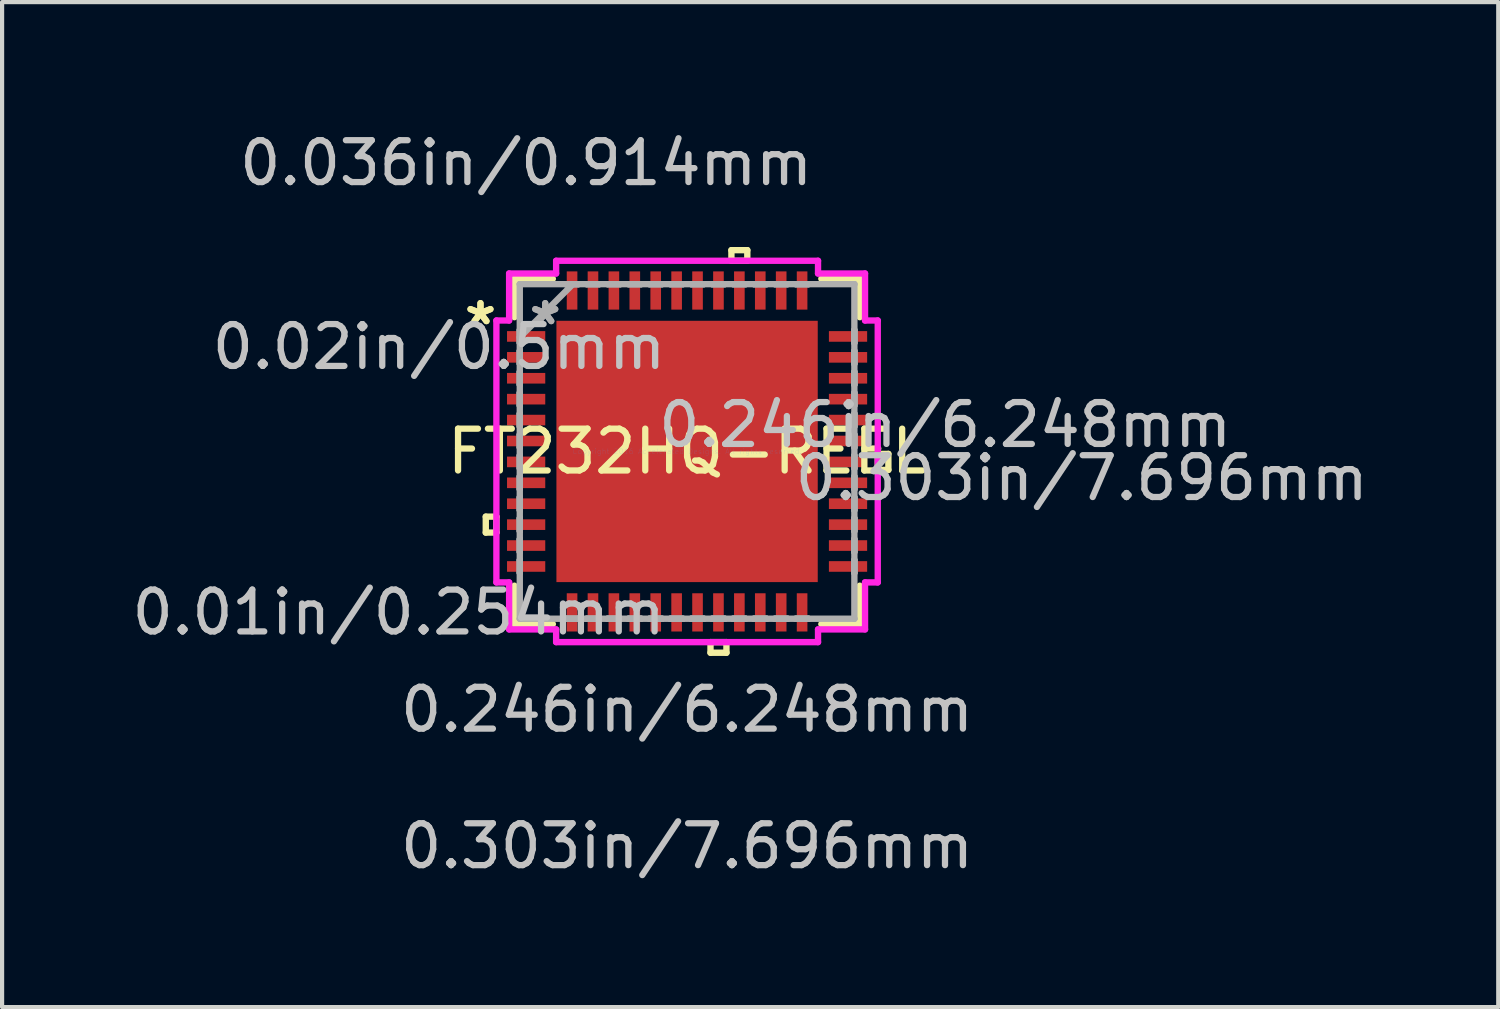
<source format=kicad_pcb>
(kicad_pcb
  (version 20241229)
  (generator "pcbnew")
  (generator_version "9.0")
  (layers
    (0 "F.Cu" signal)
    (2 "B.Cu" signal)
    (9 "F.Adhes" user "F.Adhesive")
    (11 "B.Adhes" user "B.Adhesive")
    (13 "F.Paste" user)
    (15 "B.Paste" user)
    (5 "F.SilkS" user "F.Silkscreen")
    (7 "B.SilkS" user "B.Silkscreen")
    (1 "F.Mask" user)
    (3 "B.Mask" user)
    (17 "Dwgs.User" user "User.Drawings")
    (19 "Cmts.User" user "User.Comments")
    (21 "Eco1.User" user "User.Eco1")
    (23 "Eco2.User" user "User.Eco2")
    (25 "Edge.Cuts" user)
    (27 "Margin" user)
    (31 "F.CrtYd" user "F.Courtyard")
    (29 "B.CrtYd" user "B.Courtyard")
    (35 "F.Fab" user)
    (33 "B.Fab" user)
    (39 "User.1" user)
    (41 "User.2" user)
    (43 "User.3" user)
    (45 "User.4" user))
  (footprint "FT232HQ-REEL"
    (layer "F.Cu")
    (at 13.378 7.744)
    (property "Reference" "FT232HQ-REEL" (at 0 0 0) (layer "F.SilkS") (effects (font (size 1 1) (thickness 0.15))))
    (attr through_hole)
    (fp_line (start -4.813 1.559) (end -4.813 1.94) (stroke (width 0.152) (type solid)) (layer "F.SilkS"))
    (fp_line (start -4.813 1.94) (end -4.559 1.94) (stroke (width 0.152) (type solid)) (layer "F.SilkS"))
    (fp_line (start -4.559 1.559) (end -4.813 1.559) (stroke (width 0.152) (type solid)) (layer "F.SilkS"))
    (fp_line (start -4.559 1.94) (end -4.559 1.559) (stroke (width 0.152) (type solid)) (layer "F.SilkS"))
    (fp_line (start -4.128 -4.128) (end -4.128 -3.21) (stroke (width 0.152) (type solid)) (layer "F.SilkS"))
    (fp_line (start -4.128 3.21) (end -4.128 4.128) (stroke (width 0.152) (type solid)) (layer "F.SilkS"))
    (fp_line (start -4.128 4.128) (end -3.21 4.128) (stroke (width 0.152) (type solid)) (layer "F.SilkS"))
    (fp_line (start -3.21 -4.128) (end -4.128 -4.128) (stroke (width 0.152) (type solid)) (layer "F.SilkS"))
    (fp_line (start 0.56 4.559) (end 0.56 4.813) (stroke (width 0.152) (type solid)) (layer "F.SilkS"))
    (fp_line (start 0.56 4.813) (end 0.941 4.813) (stroke (width 0.152) (type solid)) (layer "F.SilkS"))
    (fp_line (start 0.941 4.559) (end 0.56 4.559) (stroke (width 0.152) (type solid)) (layer "F.SilkS"))
    (fp_line (start 0.941 4.813) (end 0.941 4.559) (stroke (width 0.152) (type solid)) (layer "F.SilkS"))
    (fp_line (start 1.06 -4.813) (end 1.44 -4.813) (stroke (width 0.152) (type solid)) (layer "F.SilkS"))
    (fp_line (start 1.06 -4.559) (end 1.06 -4.813) (stroke (width 0.152) (type solid)) (layer "F.SilkS"))
    (fp_line (start 1.44 -4.813) (end 1.44 -4.559) (stroke (width 0.152) (type solid)) (layer "F.SilkS"))
    (fp_line (start 1.44 -4.559) (end 1.06 -4.559) (stroke (width 0.152) (type solid)) (layer "F.SilkS"))
    (fp_line (start 3.21 4.128) (end 4.128 4.128) (stroke (width 0.152) (type solid)) (layer "F.SilkS"))
    (fp_line (start 4.128 -4.128) (end 3.21 -4.128) (stroke (width 0.152) (type solid)) (layer "F.SilkS"))
    (fp_line (start 4.128 -3.21) (end 4.128 -4.128) (stroke (width 0.152) (type solid)) (layer "F.SilkS"))
    (fp_line (start 4.128 4.128) (end 4.128 3.21) (stroke (width 0.152) (type solid)) (layer "F.SilkS"))
    (fp_line (start 4.559 0.059) (end 4.813 0.059) (stroke (width 0.152) (type solid)) (layer "F.SilkS"))
    (fp_line (start 4.559 0.441) (end 4.559 0.059) (stroke (width 0.152) (type solid)) (layer "F.SilkS"))
    (fp_line (start 4.813 0.059) (end 4.813 0.441) (stroke (width 0.152) (type solid)) (layer "F.SilkS"))
    (fp_line (start 4.813 0.441) (end 4.559 0.441) (stroke (width 0.152) (type solid)) (layer "F.SilkS"))
    (fp_line (start -3.024 -3.024) (end -3.024 -1.662) (stroke (width 0.152) (type solid)) (layer "F.Paste"))
    (fp_line (start -3.024 -1.662) (end -1.662 -1.662) (stroke (width 0.152) (type solid)) (layer "F.Paste"))
    (fp_line (start -3.024 -1.462) (end -3.024 -0.1) (stroke (width 0.152) (type solid)) (layer "F.Paste"))
    (fp_line (start -3.024 -0.1) (end -1.662 -0.1) (stroke (width 0.152) (type solid)) (layer "F.Paste"))
    (fp_line (start -3.024 0.1) (end -3.024 1.462) (stroke (width 0.152) (type solid)) (layer "F.Paste"))
    (fp_line (start -3.024 1.462) (end -1.662 1.462) (stroke (width 0.152) (type solid)) (layer "F.Paste"))
    (fp_line (start -3.024 1.662) (end -3.024 3.024) (stroke (width 0.152) (type solid)) (layer "F.Paste"))
    (fp_line (start -3.024 3.024) (end -1.662 3.024) (stroke (width 0.152) (type solid)) (layer "F.Paste"))
    (fp_line (start -1.662 -3.024) (end -3.024 -3.024) (stroke (width 0.152) (type solid)) (layer "F.Paste"))
    (fp_line (start -1.662 -1.662) (end -1.662 -3.024) (stroke (width 0.152) (type solid)) (layer "F.Paste"))
    (fp_line (start -1.662 -1.462) (end -3.024 -1.462) (stroke (width 0.152) (type solid)) (layer "F.Paste"))
    (fp_line (start -1.662 -0.1) (end -1.662 -1.462) (stroke (width 0.152) (type solid)) (layer "F.Paste"))
    (fp_line (start -1.662 0.1) (end -3.024 0.1) (stroke (width 0.152) (type solid)) (layer "F.Paste"))
    (fp_line (start -1.662 1.462) (end -1.662 0.1) (stroke (width 0.152) (type solid)) (layer "F.Paste"))
    (fp_line (start -1.662 1.662) (end -3.024 1.662) (stroke (width 0.152) (type solid)) (layer "F.Paste"))
    (fp_line (start -1.662 3.024) (end -1.662 1.662) (stroke (width 0.152) (type solid)) (layer "F.Paste"))
    (fp_line (start -1.462 -3.024) (end -1.462 -1.662) (stroke (width 0.152) (type solid)) (layer "F.Paste"))
    (fp_line (start -1.462 -1.662) (end -0.1 -1.662) (stroke (width 0.152) (type solid)) (layer "F.Paste"))
    (fp_line (start -1.462 -1.462) (end -1.462 -0.1) (stroke (width 0.152) (type solid)) (layer "F.Paste"))
    (fp_line (start -1.462 -0.1) (end -0.1 -0.1) (stroke (width 0.152) (type solid)) (layer "F.Paste"))
    (fp_line (start -1.462 0.1) (end -1.462 1.462) (stroke (width 0.152) (type solid)) (layer "F.Paste"))
    (fp_line (start -1.462 1.462) (end -0.1 1.462) (stroke (width 0.152) (type solid)) (layer "F.Paste"))
    (fp_line (start -1.462 1.662) (end -1.462 3.024) (stroke (width 0.152) (type solid)) (layer "F.Paste"))
    (fp_line (start -1.462 3.024) (end -0.1 3.024) (stroke (width 0.152) (type solid)) (layer "F.Paste"))
    (fp_line (start -0.1 -3.024) (end -1.462 -3.024) (stroke (width 0.152) (type solid)) (layer "F.Paste"))
    (fp_line (start -0.1 -1.662) (end -0.1 -3.024) (stroke (width 0.152) (type solid)) (layer "F.Paste"))
    (fp_line (start -0.1 -1.462) (end -1.462 -1.462) (stroke (width 0.152) (type solid)) (layer "F.Paste"))
    (fp_line (start -0.1 -0.1) (end -0.1 -1.462) (stroke (width 0.152) (type solid)) (layer "F.Paste"))
    (fp_line (start -0.1 0.1) (end -1.462 0.1) (stroke (width 0.152) (type solid)) (layer "F.Paste"))
    (fp_line (start -0.1 1.462) (end -0.1 0.1) (stroke (width 0.152) (type solid)) (layer "F.Paste"))
    (fp_line (start -0.1 1.662) (end -1.462 1.662) (stroke (width 0.152) (type solid)) (layer "F.Paste"))
    (fp_line (start -0.1 3.024) (end -0.1 1.662) (stroke (width 0.152) (type solid)) (layer "F.Paste"))
    (fp_line (start 0.1 -3.024) (end 0.1 -1.662) (stroke (width 0.152) (type solid)) (layer "F.Paste"))
    (fp_line (start 0.1 -1.662) (end 1.462 -1.662) (stroke (width 0.152) (type solid)) (layer "F.Paste"))
    (fp_line (start 0.1 -1.462) (end 0.1 -0.1) (stroke (width 0.152) (type solid)) (layer "F.Paste"))
    (fp_line (start 0.1 -0.1) (end 1.462 -0.1) (stroke (width 0.152) (type solid)) (layer "F.Paste"))
    (fp_line (start 0.1 0.1) (end 0.1 1.462) (stroke (width 0.152) (type solid)) (layer "F.Paste"))
    (fp_line (start 0.1 1.462) (end 1.462 1.462) (stroke (width 0.152) (type solid)) (layer "F.Paste"))
    (fp_line (start 0.1 1.662) (end 0.1 3.024) (stroke (width 0.152) (type solid)) (layer "F.Paste"))
    (fp_line (start 0.1 3.024) (end 1.462 3.024) (stroke (width 0.152) (type solid)) (layer "F.Paste"))
    (fp_line (start 1.462 -3.024) (end 0.1 -3.024) (stroke (width 0.152) (type solid)) (layer "F.Paste"))
    (fp_line (start 1.462 -1.662) (end 1.462 -3.024) (stroke (width 0.152) (type solid)) (layer "F.Paste"))
    (fp_line (start 1.462 -1.462) (end 0.1 -1.462) (stroke (width 0.152) (type solid)) (layer "F.Paste"))
    (fp_line (start 1.462 -0.1) (end 1.462 -1.462) (stroke (width 0.152) (type solid)) (layer "F.Paste"))
    (fp_line (start 1.462 0.1) (end 0.1 0.1) (stroke (width 0.152) (type solid)) (layer "F.Paste"))
    (fp_line (start 1.462 1.462) (end 1.462 0.1) (stroke (width 0.152) (type solid)) (layer "F.Paste"))
    (fp_line (start 1.462 1.662) (end 0.1 1.662) (stroke (width 0.152) (type solid)) (layer "F.Paste"))
    (fp_line (start 1.462 3.024) (end 1.462 1.662) (stroke (width 0.152) (type solid)) (layer "F.Paste"))
    (fp_line (start 1.662 -3.024) (end 1.662 -1.662) (stroke (width 0.152) (type solid)) (layer "F.Paste"))
    (fp_line (start 1.662 -1.662) (end 3.024 -1.662) (stroke (width 0.152) (type solid)) (layer "F.Paste"))
    (fp_line (start 1.662 -1.462) (end 1.662 -0.1) (stroke (width 0.152) (type solid)) (layer "F.Paste"))
    (fp_line (start 1.662 -0.1) (end 3.024 -0.1) (stroke (width 0.152) (type solid)) (layer "F.Paste"))
    (fp_line (start 1.662 0.1) (end 1.662 1.462) (stroke (width 0.152) (type solid)) (layer "F.Paste"))
    (fp_line (start 1.662 1.462) (end 3.024 1.462) (stroke (width 0.152) (type solid)) (layer "F.Paste"))
    (fp_line (start 1.662 1.662) (end 1.662 3.024) (stroke (width 0.152) (type solid)) (layer "F.Paste"))
    (fp_line (start 1.662 3.024) (end 3.024 3.024) (stroke (width 0.152) (type solid)) (layer "F.Paste"))
    (fp_line (start 3.024 -3.024) (end 1.662 -3.024) (stroke (width 0.152) (type solid)) (layer "F.Paste"))
    (fp_line (start 3.024 -1.662) (end 3.024 -3.024) (stroke (width 0.152) (type solid)) (layer "F.Paste"))
    (fp_line (start 3.024 -1.462) (end 1.662 -1.462) (stroke (width 0.152) (type solid)) (layer "F.Paste"))
    (fp_line (start 3.024 -0.1) (end 3.024 -1.462) (stroke (width 0.152) (type solid)) (layer "F.Paste"))
    (fp_line (start 3.024 0.1) (end 1.662 0.1) (stroke (width 0.152) (type solid)) (layer "F.Paste"))
    (fp_line (start 3.024 1.462) (end 3.024 0.1) (stroke (width 0.152) (type solid)) (layer "F.Paste"))
    (fp_line (start 3.024 1.662) (end 1.662 1.662) (stroke (width 0.152) (type solid)) (layer "F.Paste"))
    (fp_line (start 3.024 3.024) (end 3.024 1.662) (stroke (width 0.152) (type solid)) (layer "F.Paste"))
    (fp_line (start -4.559 -3.131) (end -4.255 -3.131) (stroke (width 0.152) (type solid)) (layer "F.CrtYd"))
    (fp_line (start -4.559 3.131) (end -4.559 -3.131) (stroke (width 0.152) (type solid)) (layer "F.CrtYd"))
    (fp_line (start -4.255 -4.255) (end -3.131 -4.255) (stroke (width 0.152) (type solid)) (layer "F.CrtYd"))
    (fp_line (start -4.255 -3.131) (end -4.255 -4.255) (stroke (width 0.152) (type solid)) (layer "F.CrtYd"))
    (fp_line (start -4.255 3.131) (end -4.559 3.131) (stroke (width 0.152) (type solid)) (layer "F.CrtYd"))
    (fp_line (start -4.255 4.255) (end -4.255 3.131) (stroke (width 0.152) (type solid)) (layer "F.CrtYd"))
    (fp_line (start -3.131 -4.559) (end 3.131 -4.559) (stroke (width 0.152) (type solid)) (layer "F.CrtYd"))
    (fp_line (start -3.131 -4.255) (end -3.131 -4.559) (stroke (width 0.152) (type solid)) (layer "F.CrtYd"))
    (fp_line (start -3.131 4.255) (end -4.255 4.255) (stroke (width 0.152) (type solid)) (layer "F.CrtYd"))
    (fp_line (start -3.131 4.559) (end -3.131 4.255) (stroke (width 0.152) (type solid)) (layer "F.CrtYd"))
    (fp_line (start 3.131 -4.559) (end 3.131 -4.255) (stroke (width 0.152) (type solid)) (layer "F.CrtYd"))
    (fp_line (start 3.131 -4.255) (end 4.255 -4.255) (stroke (width 0.152) (type solid)) (layer "F.CrtYd"))
    (fp_line (start 3.131 4.255) (end 3.131 4.559) (stroke (width 0.152) (type solid)) (layer "F.CrtYd"))
    (fp_line (start 3.131 4.559) (end -3.131 4.559) (stroke (width 0.152) (type solid)) (layer "F.CrtYd"))
    (fp_line (start 4.255 -4.255) (end 4.255 -3.131) (stroke (width 0.152) (type solid)) (layer "F.CrtYd"))
    (fp_line (start 4.255 -3.131) (end 4.559 -3.131) (stroke (width 0.152) (type solid)) (layer "F.CrtYd"))
    (fp_line (start 4.255 3.131) (end 4.255 4.255) (stroke (width 0.152) (type solid)) (layer "F.CrtYd"))
    (fp_line (start 4.255 4.255) (end 3.131 4.255) (stroke (width 0.152) (type solid)) (layer "F.CrtYd"))
    (fp_line (start 4.559 -3.131) (end 4.559 3.131) (stroke (width 0.152) (type solid)) (layer "F.CrtYd"))
    (fp_line (start 4.559 3.131) (end 4.255 3.131) (stroke (width 0.152) (type solid)) (layer "F.CrtYd"))
    (fp_line (start -4 -4) (end -4 -4) (stroke (width 0.152) (type solid)) (layer "F.Fab"))
    (fp_line (start -4 -4) (end -4 4) (stroke (width 0.152) (type solid)) (layer "F.Fab"))
    (fp_line (start -4 -2.902) (end -4 -2.902) (stroke (width 0.152) (type solid)) (layer "F.Fab"))
    (fp_line (start -4 -2.902) (end -4 -2.598) (stroke (width 0.152) (type solid)) (layer "F.Fab"))
    (fp_line (start -4 -2.731) (end -2.731 -4) (stroke (width 0.152) (type solid)) (layer "F.Fab"))
    (fp_line (start -4 -2.598) (end -4 -2.902) (stroke (width 0.152) (type solid)) (layer "F.Fab"))
    (fp_line (start -4 -2.598) (end -4 -2.598) (stroke (width 0.152) (type solid)) (layer "F.Fab"))
    (fp_line (start -4 -2.402) (end -4 -2.402) (stroke (width 0.152) (type solid)) (layer "F.Fab"))
    (fp_line (start -4 -2.402) (end -4 -2.098) (stroke (width 0.152) (type solid)) (layer "F.Fab"))
    (fp_line (start -4 -2.098) (end -4 -2.402) (stroke (width 0.152) (type solid)) (layer "F.Fab"))
    (fp_line (start -4 -2.098) (end -4 -2.098) (stroke (width 0.152) (type solid)) (layer "F.Fab"))
    (fp_line (start -4 -1.902) (end -4 -1.902) (stroke (width 0.152) (type solid)) (layer "F.Fab"))
    (fp_line (start -4 -1.902) (end -4 -1.598) (stroke (width 0.152) (type solid)) (layer "F.Fab"))
    (fp_line (start -4 -1.598) (end -4 -1.902) (stroke (width 0.152) (type solid)) (layer "F.Fab"))
    (fp_line (start -4 -1.598) (end -4 -1.598) (stroke (width 0.152) (type solid)) (layer "F.Fab"))
    (fp_line (start -4 -1.402) (end -4 -1.402) (stroke (width 0.152) (type solid)) (layer "F.Fab"))
    (fp_line (start -4 -1.402) (end -4 -1.098) (stroke (width 0.152) (type solid)) (layer "F.Fab"))
    (fp_line (start -4 -1.098) (end -4 -1.402) (stroke (width 0.152) (type solid)) (layer "F.Fab"))
    (fp_line (start -4 -1.098) (end -4 -1.098) (stroke (width 0.152) (type solid)) (layer "F.Fab"))
    (fp_line (start -4 -0.902) (end -4 -0.902) (stroke (width 0.152) (type solid)) (layer "F.Fab"))
    (fp_line (start -4 -0.902) (end -4 -0.598) (stroke (width 0.152) (type solid)) (layer "F.Fab"))
    (fp_line (start -4 -0.598) (end -4 -0.902) (stroke (width 0.152) (type solid)) (layer "F.Fab"))
    (fp_line (start -4 -0.598) (end -4 -0.598) (stroke (width 0.152) (type solid)) (layer "F.Fab"))
    (fp_line (start -4 -0.402) (end -4 -0.402) (stroke (width 0.152) (type solid)) (layer "F.Fab"))
    (fp_line (start -4 -0.402) (end -4 -0.098) (stroke (width 0.152) (type solid)) (layer "F.Fab"))
    (fp_line (start -4 -0.098) (end -4 -0.402) (stroke (width 0.152) (type solid)) (layer "F.Fab"))
    (fp_line (start -4 -0.098) (end -4 -0.098) (stroke (width 0.152) (type solid)) (layer "F.Fab"))
    (fp_line (start -4 0.098) (end -4 0.098) (stroke (width 0.152) (type solid)) (layer "F.Fab"))
    (fp_line (start -4 0.098) (end -4 0.402) (stroke (width 0.152) (type solid)) (layer "F.Fab"))
    (fp_line (start -4 0.402) (end -4 0.098) (stroke (width 0.152) (type solid)) (layer "F.Fab"))
    (fp_line (start -4 0.402) (end -4 0.402) (stroke (width 0.152) (type solid)) (layer "F.Fab"))
    (fp_line (start -4 0.598) (end -4 0.598) (stroke (width 0.152) (type solid)) (layer "F.Fab"))
    (fp_line (start -4 0.598) (end -4 0.902) (stroke (width 0.152) (type solid)) (layer "F.Fab"))
    (fp_line (start -4 0.902) (end -4 0.598) (stroke (width 0.152) (type solid)) (layer "F.Fab"))
    (fp_line (start -4 0.902) (end -4 0.902) (stroke (width 0.152) (type solid)) (layer "F.Fab"))
    (fp_line (start -4 1.098) (end -4 1.098) (stroke (width 0.152) (type solid)) (layer "F.Fab"))
    (fp_line (start -4 1.098) (end -4 1.402) (stroke (width 0.152) (type solid)) (layer "F.Fab"))
    (fp_line (start -4 1.402) (end -4 1.098) (stroke (width 0.152) (type solid)) (layer "F.Fab"))
    (fp_line (start -4 1.402) (end -4 1.402) (stroke (width 0.152) (type solid)) (layer "F.Fab"))
    (fp_line (start -4 1.598) (end -4 1.598) (stroke (width 0.152) (type solid)) (layer "F.Fab"))
    (fp_line (start -4 1.598) (end -4 1.902) (stroke (width 0.152) (type solid)) (layer "F.Fab"))
    (fp_line (start -4 1.902) (end -4 1.598) (stroke (width 0.152) (type solid)) (layer "F.Fab"))
    (fp_line (start -4 1.902) (end -4 1.902) (stroke (width 0.152) (type solid)) (layer "F.Fab"))
    (fp_line (start -4 2.098) (end -4 2.098) (stroke (width 0.152) (type solid)) (layer "F.Fab"))
    (fp_line (start -4 2.098) (end -4 2.402) (stroke (width 0.152) (type solid)) (layer "F.Fab"))
    (fp_line (start -4 2.402) (end -4 2.098) (stroke (width 0.152) (type solid)) (layer "F.Fab"))
    (fp_line (start -4 2.402) (end -4 2.402) (stroke (width 0.152) (type solid)) (layer "F.Fab"))
    (fp_line (start -4 2.598) (end -4 2.598) (stroke (width 0.152) (type solid)) (layer "F.Fab"))
    (fp_line (start -4 2.598) (end -4 2.902) (stroke (width 0.152) (type solid)) (layer "F.Fab"))
    (fp_line (start -4 2.902) (end -4 2.598) (stroke (width 0.152) (type solid)) (layer "F.Fab"))
    (fp_line (start -4 2.902) (end -4 2.902) (stroke (width 0.152) (type solid)) (layer "F.Fab"))
    (fp_line (start -4 4) (end -4 4) (stroke (width 0.152) (type solid)) (layer "F.Fab"))
    (fp_line (start -4 4) (end 4 4) (stroke (width 0.152) (type solid)) (layer "F.Fab"))
    (fp_line (start -2.902 -4) (end -2.902 -4) (stroke (width 0.152) (type solid)) (layer "F.Fab"))
    (fp_line (start -2.902 -4) (end -2.598 -4) (stroke (width 0.152) (type solid)) (layer "F.Fab"))
    (fp_line (start -2.902 4) (end -2.902 4) (stroke (width 0.152) (type solid)) (layer "F.Fab"))
    (fp_line (start -2.902 4) (end -2.598 4) (stroke (width 0.152) (type solid)) (layer "F.Fab"))
    (fp_line (start -2.598 -4) (end -2.902 -4) (stroke (width 0.152) (type solid)) (layer "F.Fab"))
    (fp_line (start -2.598 -4) (end -2.598 -4) (stroke (width 0.152) (type solid)) (layer "F.Fab"))
    (fp_line (start -2.598 4) (end -2.902 4) (stroke (width 0.152) (type solid)) (layer "F.Fab"))
    (fp_line (start -2.598 4) (end -2.598 4) (stroke (width 0.152) (type solid)) (layer "F.Fab"))
    (fp_line (start -2.402 -4) (end -2.402 -4) (stroke (width 0.152) (type solid)) (layer "F.Fab"))
    (fp_line (start -2.402 -4) (end -2.098 -4) (stroke (width 0.152) (type solid)) (layer "F.Fab"))
    (fp_line (start -2.402 4) (end -2.402 4) (stroke (width 0.152) (type solid)) (layer "F.Fab"))
    (fp_line (start -2.402 4) (end -2.098 4) (stroke (width 0.152) (type solid)) (layer "F.Fab"))
    (fp_line (start -2.098 -4) (end -2.402 -4) (stroke (width 0.152) (type solid)) (layer "F.Fab"))
    (fp_line (start -2.098 -4) (end -2.098 -4) (stroke (width 0.152) (type solid)) (layer "F.Fab"))
    (fp_line (start -2.098 4) (end -2.402 4) (stroke (width 0.152) (type solid)) (layer "F.Fab"))
    (fp_line (start -2.098 4) (end -2.098 4) (stroke (width 0.152) (type solid)) (layer "F.Fab"))
    (fp_line (start -1.902 -4) (end -1.902 -4) (stroke (width 0.152) (type solid)) (layer "F.Fab"))
    (fp_line (start -1.902 -4) (end -1.598 -4) (stroke (width 0.152) (type solid)) (layer "F.Fab"))
    (fp_line (start -1.902 4) (end -1.902 4) (stroke (width 0.152) (type solid)) (layer "F.Fab"))
    (fp_line (start -1.902 4) (end -1.598 4) (stroke (width 0.152) (type solid)) (layer "F.Fab"))
    (fp_line (start -1.598 -4) (end -1.902 -4) (stroke (width 0.152) (type solid)) (layer "F.Fab"))
    (fp_line (start -1.598 -4) (end -1.598 -4) (stroke (width 0.152) (type solid)) (layer "F.Fab"))
    (fp_line (start -1.598 4) (end -1.902 4) (stroke (width 0.152) (type solid)) (layer "F.Fab"))
    (fp_line (start -1.598 4) (end -1.598 4) (stroke (width 0.152) (type solid)) (layer "F.Fab"))
    (fp_line (start -1.402 -4) (end -1.402 -4) (stroke (width 0.152) (type solid)) (layer "F.Fab"))
    (fp_line (start -1.402 -4) (end -1.098 -4) (stroke (width 0.152) (type solid)) (layer "F.Fab"))
    (fp_line (start -1.402 4) (end -1.402 4) (stroke (width 0.152) (type solid)) (layer "F.Fab"))
    (fp_line (start -1.402 4) (end -1.098 4) (stroke (width 0.152) (type solid)) (layer "F.Fab"))
    (fp_line (start -1.098 -4) (end -1.402 -4) (stroke (width 0.152) (type solid)) (layer "F.Fab"))
    (fp_line (start -1.098 -4) (end -1.098 -4) (stroke (width 0.152) (type solid)) (layer "F.Fab"))
    (fp_line (start -1.098 4) (end -1.402 4) (stroke (width 0.152) (type solid)) (layer "F.Fab"))
    (fp_line (start -1.098 4) (end -1.098 4) (stroke (width 0.152) (type solid)) (layer "F.Fab"))
    (fp_line (start -0.902 -4) (end -0.902 -4) (stroke (width 0.152) (type solid)) (layer "F.Fab"))
    (fp_line (start -0.902 -4) (end -0.598 -4) (stroke (width 0.152) (type solid)) (layer "F.Fab"))
    (fp_line (start -0.902 4) (end -0.902 4) (stroke (width 0.152) (type solid)) (layer "F.Fab"))
    (fp_line (start -0.902 4) (end -0.598 4) (stroke (width 0.152) (type solid)) (layer "F.Fab"))
    (fp_line (start -0.598 -4) (end -0.902 -4) (stroke (width 0.152) (type solid)) (layer "F.Fab"))
    (fp_line (start -0.598 -4) (end -0.598 -4) (stroke (width 0.152) (type solid)) (layer "F.Fab"))
    (fp_line (start -0.598 4) (end -0.902 4) (stroke (width 0.152) (type solid)) (layer "F.Fab"))
    (fp_line (start -0.598 4) (end -0.598 4) (stroke (width 0.152) (type solid)) (layer "F.Fab"))
    (fp_line (start -0.402 -4) (end -0.402 -4) (stroke (width 0.152) (type solid)) (layer "F.Fab"))
    (fp_line (start -0.402 -4) (end -0.098 -4) (stroke (width 0.152) (type solid)) (layer "F.Fab"))
    (fp_line (start -0.402 4) (end -0.402 4) (stroke (width 0.152) (type solid)) (layer "F.Fab"))
    (fp_line (start -0.402 4) (end -0.098 4) (stroke (width 0.152) (type solid)) (layer "F.Fab"))
    (fp_line (start -0.098 -4) (end -0.402 -4) (stroke (width 0.152) (type solid)) (layer "F.Fab"))
    (fp_line (start -0.098 -4) (end -0.098 -4) (stroke (width 0.152) (type solid)) (layer "F.Fab"))
    (fp_line (start -0.098 4) (end -0.402 4) (stroke (width 0.152) (type solid)) (layer "F.Fab"))
    (fp_line (start -0.098 4) (end -0.098 4) (stroke (width 0.152) (type solid)) (layer "F.Fab"))
    (fp_line (start 0.098 -4) (end 0.098 -4) (stroke (width 0.152) (type solid)) (layer "F.Fab"))
    (fp_line (start 0.098 -4) (end 0.402 -4) (stroke (width 0.152) (type solid)) (layer "F.Fab"))
    (fp_line (start 0.098 4) (end 0.098 4) (stroke (width 0.152) (type solid)) (layer "F.Fab"))
    (fp_line (start 0.098 4) (end 0.402 4) (stroke (width 0.152) (type solid)) (layer "F.Fab"))
    (fp_line (start 0.402 -4) (end 0.098 -4) (stroke (width 0.152) (type solid)) (layer "F.Fab"))
    (fp_line (start 0.402 -4) (end 0.402 -4) (stroke (width 0.152) (type solid)) (layer "F.Fab"))
    (fp_line (start 0.402 4) (end 0.098 4) (stroke (width 0.152) (type solid)) (layer "F.Fab"))
    (fp_line (start 0.402 4) (end 0.402 4) (stroke (width 0.152) (type solid)) (layer "F.Fab"))
    (fp_line (start 0.598 -4) (end 0.598 -4) (stroke (width 0.152) (type solid)) (layer "F.Fab"))
    (fp_line (start 0.598 -4) (end 0.902 -4) (stroke (width 0.152) (type solid)) (layer "F.Fab"))
    (fp_line (start 0.598 4) (end 0.598 4) (stroke (width 0.152) (type solid)) (layer "F.Fab"))
    (fp_line (start 0.598 4) (end 0.902 4) (stroke (width 0.152) (type solid)) (layer "F.Fab"))
    (fp_line (start 0.902 -4) (end 0.598 -4) (stroke (width 0.152) (type solid)) (layer "F.Fab"))
    (fp_line (start 0.902 -4) (end 0.902 -4) (stroke (width 0.152) (type solid)) (layer "F.Fab"))
    (fp_line (start 0.902 4) (end 0.598 4) (stroke (width 0.152) (type solid)) (layer "F.Fab"))
    (fp_line (start 0.902 4) (end 0.902 4) (stroke (width 0.152) (type solid)) (layer "F.Fab"))
    (fp_line (start 1.098 -4) (end 1.098 -4) (stroke (width 0.152) (type solid)) (layer "F.Fab"))
    (fp_line (start 1.098 -4) (end 1.402 -4) (stroke (width 0.152) (type solid)) (layer "F.Fab"))
    (fp_line (start 1.098 4) (end 1.098 4) (stroke (width 0.152) (type solid)) (layer "F.Fab"))
    (fp_line (start 1.098 4) (end 1.402 4) (stroke (width 0.152) (type solid)) (layer "F.Fab"))
    (fp_line (start 1.402 -4) (end 1.098 -4) (stroke (width 0.152) (type solid)) (layer "F.Fab"))
    (fp_line (start 1.402 -4) (end 1.402 -4) (stroke (width 0.152) (type solid)) (layer "F.Fab"))
    (fp_line (start 1.402 4) (end 1.098 4) (stroke (width 0.152) (type solid)) (layer "F.Fab"))
    (fp_line (start 1.402 4) (end 1.402 4) (stroke (width 0.152) (type solid)) (layer "F.Fab"))
    (fp_line (start 1.598 -4) (end 1.598 -4) (stroke (width 0.152) (type solid)) (layer "F.Fab"))
    (fp_line (start 1.598 -4) (end 1.902 -4) (stroke (width 0.152) (type solid)) (layer "F.Fab"))
    (fp_line (start 1.598 4) (end 1.598 4) (stroke (width 0.152) (type solid)) (layer "F.Fab"))
    (fp_line (start 1.598 4) (end 1.902 4) (stroke (width 0.152) (type solid)) (layer "F.Fab"))
    (fp_line (start 1.902 -4) (end 1.598 -4) (stroke (width 0.152) (type solid)) (layer "F.Fab"))
    (fp_line (start 1.902 -4) (end 1.902 -4) (stroke (width 0.152) (type solid)) (layer "F.Fab"))
    (fp_line (start 1.902 4) (end 1.598 4) (stroke (width 0.152) (type solid)) (layer "F.Fab"))
    (fp_line (start 1.902 4) (end 1.902 4) (stroke (width 0.152) (type solid)) (layer "F.Fab"))
    (fp_line (start 2.098 -4) (end 2.098 -4) (stroke (width 0.152) (type solid)) (layer "F.Fab"))
    (fp_line (start 2.098 -4) (end 2.402 -4) (stroke (width 0.152) (type solid)) (layer "F.Fab"))
    (fp_line (start 2.098 4) (end 2.098 4) (stroke (width 0.152) (type solid)) (layer "F.Fab"))
    (fp_line (start 2.098 4) (end 2.402 4) (stroke (width 0.152) (type solid)) (layer "F.Fab"))
    (fp_line (start 2.402 -4) (end 2.098 -4) (stroke (width 0.152) (type solid)) (layer "F.Fab"))
    (fp_line (start 2.402 -4) (end 2.402 -4) (stroke (width 0.152) (type solid)) (layer "F.Fab"))
    (fp_line (start 2.402 4) (end 2.098 4) (stroke (width 0.152) (type solid)) (layer "F.Fab"))
    (fp_line (start 2.402 4) (end 2.402 4) (stroke (width 0.152) (type solid)) (layer "F.Fab"))
    (fp_line (start 2.598 -4) (end 2.598 -4) (stroke (width 0.152) (type solid)) (layer "F.Fab"))
    (fp_line (start 2.598 -4) (end 2.902 -4) (stroke (width 0.152) (type solid)) (layer "F.Fab"))
    (fp_line (start 2.598 4) (end 2.598 4) (stroke (width 0.152) (type solid)) (layer "F.Fab"))
    (fp_line (start 2.598 4) (end 2.902 4) (stroke (width 0.152) (type solid)) (layer "F.Fab"))
    (fp_line (start 2.902 -4) (end 2.598 -4) (stroke (width 0.152) (type solid)) (layer "F.Fab"))
    (fp_line (start 2.902 -4) (end 2.902 -4) (stroke (width 0.152) (type solid)) (layer "F.Fab"))
    (fp_line (start 2.902 4) (end 2.598 4) (stroke (width 0.152) (type solid)) (layer "F.Fab"))
    (fp_line (start 2.902 4) (end 2.902 4) (stroke (width 0.152) (type solid)) (layer "F.Fab"))
    (fp_line (start 4 -4) (end -4 -4) (stroke (width 0.152) (type solid)) (layer "F.Fab"))
    (fp_line (start 4 -4) (end 4 -4) (stroke (width 0.152) (type solid)) (layer "F.Fab"))
    (fp_line (start 4 -2.902) (end 4 -2.902) (stroke (width 0.152) (type solid)) (layer "F.Fab"))
    (fp_line (start 4 -2.902) (end 4 -2.598) (stroke (width 0.152) (type solid)) (layer "F.Fab"))
    (fp_line (start 4 -2.598) (end 4 -2.902) (stroke (width 0.152) (type solid)) (layer "F.Fab"))
    (fp_line (start 4 -2.598) (end 4 -2.598) (stroke (width 0.152) (type solid)) (layer "F.Fab"))
    (fp_line (start 4 -2.402) (end 4 -2.402) (stroke (width 0.152) (type solid)) (layer "F.Fab"))
    (fp_line (start 4 -2.402) (end 4 -2.098) (stroke (width 0.152) (type solid)) (layer "F.Fab"))
    (fp_line (start 4 -2.098) (end 4 -2.402) (stroke (width 0.152) (type solid)) (layer "F.Fab"))
    (fp_line (start 4 -2.098) (end 4 -2.098) (stroke (width 0.152) (type solid)) (layer "F.Fab"))
    (fp_line (start 4 -1.902) (end 4 -1.902) (stroke (width 0.152) (type solid)) (layer "F.Fab"))
    (fp_line (start 4 -1.902) (end 4 -1.598) (stroke (width 0.152) (type solid)) (layer "F.Fab"))
    (fp_line (start 4 -1.598) (end 4 -1.902) (stroke (width 0.152) (type solid)) (layer "F.Fab"))
    (fp_line (start 4 -1.598) (end 4 -1.598) (stroke (width 0.152) (type solid)) (layer "F.Fab"))
    (fp_line (start 4 -1.402) (end 4 -1.402) (stroke (width 0.152) (type solid)) (layer "F.Fab"))
    (fp_line (start 4 -1.402) (end 4 -1.098) (stroke (width 0.152) (type solid)) (layer "F.Fab"))
    (fp_line (start 4 -1.098) (end 4 -1.402) (stroke (width 0.152) (type solid)) (layer "F.Fab"))
    (fp_line (start 4 -1.098) (end 4 -1.098) (stroke (width 0.152) (type solid)) (layer "F.Fab"))
    (fp_line (start 4 -0.902) (end 4 -0.902) (stroke (width 0.152) (type solid)) (layer "F.Fab"))
    (fp_line (start 4 -0.902) (end 4 -0.598) (stroke (width 0.152) (type solid)) (layer "F.Fab"))
    (fp_line (start 4 -0.598) (end 4 -0.902) (stroke (width 0.152) (type solid)) (layer "F.Fab"))
    (fp_line (start 4 -0.598) (end 4 -0.598) (stroke (width 0.152) (type solid)) (layer "F.Fab"))
    (fp_line (start 4 -0.402) (end 4 -0.402) (stroke (width 0.152) (type solid)) (layer "F.Fab"))
    (fp_line (start 4 -0.402) (end 4 -0.098) (stroke (width 0.152) (type solid)) (layer "F.Fab"))
    (fp_line (start 4 -0.098) (end 4 -0.402) (stroke (width 0.152) (type solid)) (layer "F.Fab"))
    (fp_line (start 4 -0.098) (end 4 -0.098) (stroke (width 0.152) (type solid)) (layer "F.Fab"))
    (fp_line (start 4 0.098) (end 4 0.098) (stroke (width 0.152) (type solid)) (layer "F.Fab"))
    (fp_line (start 4 0.098) (end 4 0.402) (stroke (width 0.152) (type solid)) (layer "F.Fab"))
    (fp_line (start 4 0.402) (end 4 0.098) (stroke (width 0.152) (type solid)) (layer "F.Fab"))
    (fp_line (start 4 0.402) (end 4 0.402) (stroke (width 0.152) (type solid)) (layer "F.Fab"))
    (fp_line (start 4 0.598) (end 4 0.598) (stroke (width 0.152) (type solid)) (layer "F.Fab"))
    (fp_line (start 4 0.598) (end 4 0.902) (stroke (width 0.152) (type solid)) (layer "F.Fab"))
    (fp_line (start 4 0.902) (end 4 0.598) (stroke (width 0.152) (type solid)) (layer "F.Fab"))
    (fp_line (start 4 0.902) (end 4 0.902) (stroke (width 0.152) (type solid)) (layer "F.Fab"))
    (fp_line (start 4 1.098) (end 4 1.098) (stroke (width 0.152) (type solid)) (layer "F.Fab"))
    (fp_line (start 4 1.098) (end 4 1.402) (stroke (width 0.152) (type solid)) (layer "F.Fab"))
    (fp_line (start 4 1.402) (end 4 1.098) (stroke (width 0.152) (type solid)) (layer "F.Fab"))
    (fp_line (start 4 1.402) (end 4 1.402) (stroke (width 0.152) (type solid)) (layer "F.Fab"))
    (fp_line (start 4 1.598) (end 4 1.598) (stroke (width 0.152) (type solid)) (layer "F.Fab"))
    (fp_line (start 4 1.598) (end 4 1.902) (stroke (width 0.152) (type solid)) (layer "F.Fab"))
    (fp_line (start 4 1.902) (end 4 1.598) (stroke (width 0.152) (type solid)) (layer "F.Fab"))
    (fp_line (start 4 1.902) (end 4 1.902) (stroke (width 0.152) (type solid)) (layer "F.Fab"))
    (fp_line (start 4 2.098) (end 4 2.098) (stroke (width 0.152) (type solid)) (layer "F.Fab"))
    (fp_line (start 4 2.098) (end 4 2.402) (stroke (width 0.152) (type solid)) (layer "F.Fab"))
    (fp_line (start 4 2.402) (end 4 2.098) (stroke (width 0.152) (type solid)) (layer "F.Fab"))
    (fp_line (start 4 2.402) (end 4 2.402) (stroke (width 0.152) (type solid)) (layer "F.Fab"))
    (fp_line (start 4 2.598) (end 4 2.598) (stroke (width 0.152) (type solid)) (layer "F.Fab"))
    (fp_line (start 4 2.598) (end 4 2.902) (stroke (width 0.152) (type solid)) (layer "F.Fab"))
    (fp_line (start 4 2.902) (end 4 2.598) (stroke (width 0.152) (type solid)) (layer "F.Fab"))
    (fp_line (start 4 2.902) (end 4 2.902) (stroke (width 0.152) (type solid)) (layer "F.Fab"))
    (fp_line (start 4 4) (end 4 -4) (stroke (width 0.152) (type solid)) (layer "F.Fab"))
    (fp_line (start 4 4) (end 4 4) (stroke (width 0.152) (type solid)) (layer "F.Fab"))
    (fp_text user "*" (at -4.94 -3 0) (layer "F.SilkS") (effects (font (size 1 1) (thickness 0.15))))
    (fp_text user "*" (at -4.94 -3 0) (layer "F.SilkS") (effects (font (size 1 1) (thickness 0.15))))
    (fp_text user "0.303in/7.696mm" (at 0 9.436 0) (layer "Dwgs.User") (effects (font (size 1 1) (thickness 0.15))))
    (fp_text user "0.303in/7.696mm" (at 9.436 0.635 0) (layer "Dwgs.User") (effects (font (size 1 1) (thickness 0.15))))
    (fp_text user "0.246in/6.248mm" (at 6.172 -0.635 0) (layer "Dwgs.User") (effects (font (size 1 1) (thickness 0.15))))
    (fp_text user "0.01in/0.254mm" (at -6.896 3.848 0) (layer "Dwgs.User") (effects (font (size 1 1) (thickness 0.15))))
    (fp_text user "0.036in/0.914mm" (at -3.848 -6.896 0) (layer "Dwgs.User") (effects (font (size 1 1) (thickness 0.15))))
    (fp_text user "0.02in/0.5mm" (at -5.931 -2.5 0) (layer "Dwgs.User") (effects (font (size 1 1) (thickness 0.15))))
    (fp_text user "0.246in/6.248mm" (at 0 6.172 0) (layer "Dwgs.User") (effects (font (size 1 1) (thickness 0.15))))
    (fp_text user "Copyright 2016 Accelerated Designs. All rights reserved." (at 0 0 0) (layer "Cmts.User") (effects (font (size 0.127 0.127) (thickness 0.002))))
    (fp_text user "*" (at -3.391 -3 0) (layer "F.Fab") (effects (font (size 1 1) (thickness 0.15))))
    (fp_text user "*" (at -3.391 -3 0) (layer "F.Fab") (effects (font (size 1 1) (thickness 0.15))))
    (pad "1" smd rect (at -3.848 -2.75 90) (size 0.254 0.914) (layers "F.Cu" "F.Mask" "F.Paste"))
    (pad "2" smd rect (at -3.848 -2.25 90) (size 0.254 0.914) (layers "F.Cu" "F.Mask" "F.Paste"))
    (pad "3" smd rect (at -3.848 -1.75 90) (size 0.254 0.914) (layers "F.Cu" "F.Mask" "F.Paste"))
    (pad "4" smd rect (at -3.848 -1.25 90) (size 0.254 0.914) (layers "F.Cu" "F.Mask" "F.Paste"))
    (pad "5" smd rect (at -3.848 -0.75 90) (size 0.254 0.914) (layers "F.Cu" "F.Mask" "F.Paste"))
    (pad "6" smd rect (at -3.848 -0.25 90) (size 0.254 0.914) (layers "F.Cu" "F.Mask" "F.Paste"))
    (pad "7" smd rect (at -3.848 0.25 90) (size 0.254 0.914) (layers "F.Cu" "F.Mask" "F.Paste"))
    (pad "8" smd rect (at -3.848 0.75 90) (size 0.254 0.914) (layers "F.Cu" "F.Mask" "F.Paste"))
    (pad "9" smd rect (at -3.848 1.25 90) (size 0.254 0.914) (layers "F.Cu" "F.Mask" "F.Paste"))
    (pad "10" smd rect (at -3.848 1.75 90) (size 0.254 0.914) (layers "F.Cu" "F.Mask" "F.Paste"))
    (pad "11" smd rect (at -3.848 2.25 90) (size 0.254 0.914) (layers "F.Cu" "F.Mask" "F.Paste"))
    (pad "12" smd rect (at -3.848 2.75 90) (size 0.254 0.914) (layers "F.Cu" "F.Mask" "F.Paste"))
    (pad "13" smd rect (at -2.75 3.848) (size 0.254 0.914) (layers "F.Cu" "F.Mask" "F.Paste"))
    (pad "14" smd rect (at -2.25 3.848) (size 0.254 0.914) (layers "F.Cu" "F.Mask" "F.Paste"))
    (pad "15" smd rect (at -1.75 3.848) (size 0.254 0.914) (layers "F.Cu" "F.Mask" "F.Paste"))
    (pad "16" smd rect (at -1.25 3.848) (size 0.254 0.914) (layers "F.Cu" "F.Mask" "F.Paste"))
    (pad "17" smd rect (at -0.75 3.848) (size 0.254 0.914) (layers "F.Cu" "F.Mask" "F.Paste"))
    (pad "18" smd rect (at -0.25 3.848) (size 0.254 0.914) (layers "F.Cu" "F.Mask" "F.Paste"))
    (pad "19" smd rect (at 0.25 3.848) (size 0.254 0.914) (layers "F.Cu" "F.Mask" "F.Paste"))
    (pad "20" smd rect (at 0.75 3.848) (size 0.254 0.914) (layers "F.Cu" "F.Mask" "F.Paste"))
    (pad "21" smd rect (at 1.25 3.848) (size 0.254 0.914) (layers "F.Cu" "F.Mask" "F.Paste"))
    (pad "22" smd rect (at 1.75 3.848) (size 0.254 0.914) (layers "F.Cu" "F.Mask" "F.Paste"))
    (pad "23" smd rect (at 2.25 3.848) (size 0.254 0.914) (layers "F.Cu" "F.Mask" "F.Paste"))
    (pad "24" smd rect (at 2.75 3.848) (size 0.254 0.914) (layers "F.Cu" "F.Mask" "F.Paste"))
    (pad "25" smd rect (at 3.848 2.75 90) (size 0.254 0.914) (layers "F.Cu" "F.Mask" "F.Paste"))
    (pad "26" smd rect (at 3.848 2.25 90) (size 0.254 0.914) (layers "F.Cu" "F.Mask" "F.Paste"))
    (pad "27" smd rect (at 3.848 1.75 90) (size 0.254 0.914) (layers "F.Cu" "F.Mask" "F.Paste"))
    (pad "28" smd rect (at 3.848 1.25 90) (size 0.254 0.914) (layers "F.Cu" "F.Mask" "F.Paste"))
    (pad "29" smd rect (at 3.848 0.75 90) (size 0.254 0.914) (layers "F.Cu" "F.Mask" "F.Paste"))
    (pad "30" smd rect (at 3.848 0.25 90) (size 0.254 0.914) (layers "F.Cu" "F.Mask" "F.Paste"))
    (pad "31" smd rect (at 3.848 -0.25 90) (size 0.254 0.914) (layers "F.Cu" "F.Mask" "F.Paste"))
    (pad "32" smd rect (at 3.848 -0.75 90) (size 0.254 0.914) (layers "F.Cu" "F.Mask" "F.Paste"))
    (pad "33" smd rect (at 3.848 -1.25 90) (size 0.254 0.914) (layers "F.Cu" "F.Mask" "F.Paste"))
    (pad "34" smd rect (at 3.848 -1.75 90) (size 0.254 0.914) (layers "F.Cu" "F.Mask" "F.Paste"))
    (pad "35" smd rect (at 3.848 -2.25 90) (size 0.254 0.914) (layers "F.Cu" "F.Mask" "F.Paste"))
    (pad "36" smd rect (at 3.848 -2.75 90) (size 0.254 0.914) (layers "F.Cu" "F.Mask" "F.Paste"))
    (pad "37" smd rect (at 2.75 -3.848) (size 0.254 0.914) (layers "F.Cu" "F.Mask" "F.Paste"))
    (pad "38" smd rect (at 2.25 -3.848) (size 0.254 0.914) (layers "F.Cu" "F.Mask" "F.Paste"))
    (pad "39" smd rect (at 1.75 -3.848) (size 0.254 0.914) (layers "F.Cu" "F.Mask" "F.Paste"))
    (pad "40" smd rect (at 1.25 -3.848) (size 0.254 0.914) (layers "F.Cu" "F.Mask" "F.Paste"))
    (pad "41" smd rect (at 0.75 -3.848) (size 0.254 0.914) (layers "F.Cu" "F.Mask" "F.Paste"))
    (pad "42" smd rect (at 0.25 -3.848) (size 0.254 0.914) (layers "F.Cu" "F.Mask" "F.Paste"))
    (pad "43" smd rect (at -0.25 -3.848) (size 0.254 0.914) (layers "F.Cu" "F.Mask" "F.Paste"))
    (pad "44" smd rect (at -0.75 -3.848) (size 0.254 0.914) (layers "F.Cu" "F.Mask" "F.Paste"))
    (pad "45" smd rect (at -1.25 -3.848) (size 0.254 0.914) (layers "F.Cu" "F.Mask" "F.Paste"))
    (pad "46" smd rect (at -1.75 -3.848) (size 0.254 0.914) (layers "F.Cu" "F.Mask" "F.Paste"))
    (pad "47" smd rect (at -2.25 -3.848) (size 0.254 0.914) (layers "F.Cu" "F.Mask" "F.Paste"))
    (pad "48" smd rect (at -2.75 -3.848) (size 0.254 0.914) (layers "F.Cu" "F.Mask" "F.Paste"))
    (pad "49" smd rect (at 0 0) (size 6.248 6.248) (layers "F.Cu" "F.Mask" "F.Paste")))
  (gr_rect
    (start -3 -3)
    (end 32.773 21.029)
    (stroke (width 0.1) (type default))
    (fill no)
    (layer "Edge.Cuts")))
</source>
